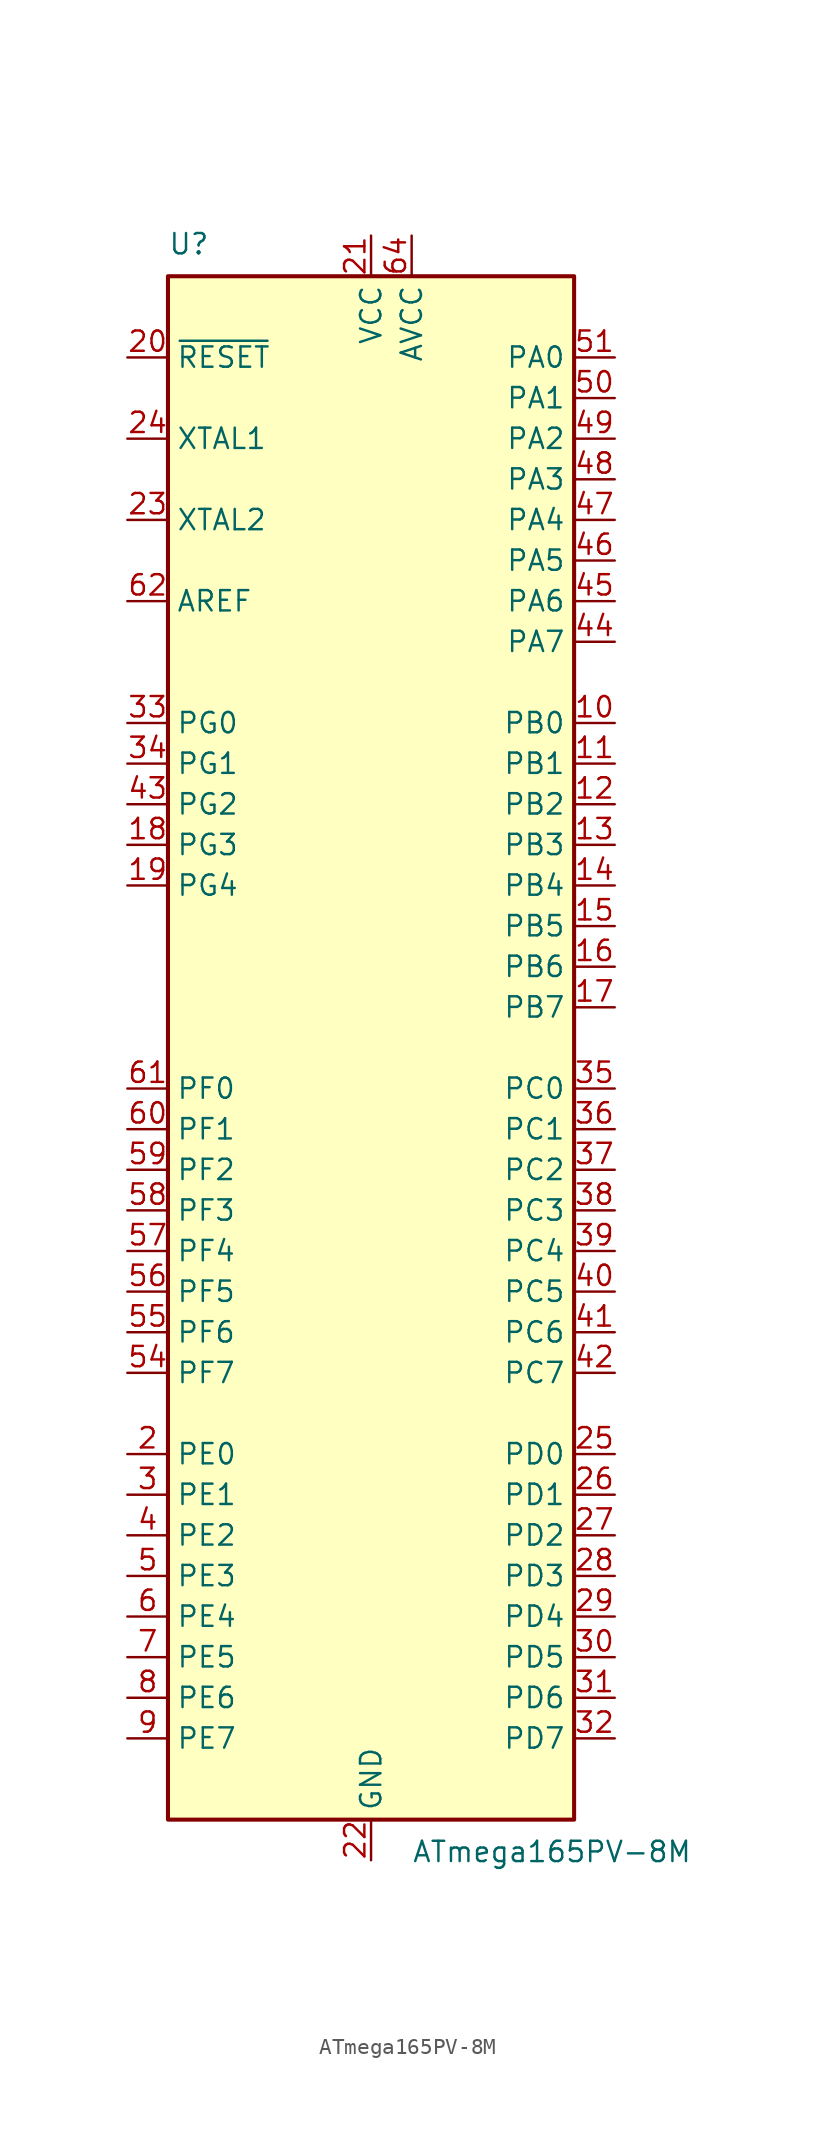
<source format=kicad_sym>
(kicad_symbol_lib
  (version 20241209)
  (generator "kicad_symbol_editor")
  (generator_version "9.0")
  (symbol "ATmega165PV-8M"
    (property "Reference" "U"
      (at -12.7 49.53 0)
      (effects (font (size 1.27 1.27)) (justify left bottom)))
    (property "Value" "ATmega165PV-8M"
      (at 2.54 -49.53 0)
      (effects (font (size 1.27 1.27)) (justify left top)))
    (symbol "ATmega165PV-8M_0_1"
      (rectangle (start -12.7 -48.26) (end 12.7 48.26) (stroke (width 0.254) (type default)) (fill (type background))))
    (symbol "ATmega165PV-8M_1_1"
      (pin input line (at -15.24 43.18 0) (length 2.54) (name "~{RESET}" (effects (font (size 1.27 1.27)))) (number "20" (effects (font (size 1.27 1.27)))))
      (pin input line (at -15.24 38.1 0) (length 2.54) (name "XTAL1" (effects (font (size 1.27 1.27)))) (number "24" (effects (font (size 1.27 1.27)))))
      (pin output line (at -15.24 33.02 0) (length 2.54) (name "XTAL2" (effects (font (size 1.27 1.27)))) (number "23" (effects (font (size 1.27 1.27)))))
      (pin passive line (at -15.24 27.94 0) (length 2.54) (name "AREF" (effects (font (size 1.27 1.27)))) (number "62" (effects (font (size 1.27 1.27)))))
      (pin bidirectional line (at -15.24 20.32 0) (length 2.54) (name "PG0" (effects (font (size 1.27 1.27)))) (number "33" (effects (font (size 1.27 1.27)))))
      (pin bidirectional line (at -15.24 17.78 0) (length 2.54) (name "PG1" (effects (font (size 1.27 1.27)))) (number "34" (effects (font (size 1.27 1.27)))))
      (pin bidirectional line (at -15.24 15.24 0) (length 2.54) (name "PG2" (effects (font (size 1.27 1.27)))) (number "43" (effects (font (size 1.27 1.27)))))
      (pin bidirectional line (at -15.24 12.7 0) (length 2.54) (name "PG3" (effects (font (size 1.27 1.27)))) (number "18" (effects (font (size 1.27 1.27)))))
      (pin bidirectional line (at -15.24 10.16 0) (length 2.54) (name "PG4" (effects (font (size 1.27 1.27)))) (number "19" (effects (font (size 1.27 1.27)))))
      (pin bidirectional line (at -15.24 -2.54 0) (length 2.54) (name "PF0" (effects (font (size 1.27 1.27)))) (number "61" (effects (font (size 1.27 1.27)))))
      (pin bidirectional line (at -15.24 -5.08 0) (length 2.54) (name "PF1" (effects (font (size 1.27 1.27)))) (number "60" (effects (font (size 1.27 1.27)))))
      (pin bidirectional line (at -15.24 -7.62 0) (length 2.54) (name "PF2" (effects (font (size 1.27 1.27)))) (number "59" (effects (font (size 1.27 1.27)))))
      (pin bidirectional line (at -15.24 -10.16 0) (length 2.54) (name "PF3" (effects (font (size 1.27 1.27)))) (number "58" (effects (font (size 1.27 1.27)))))
      (pin bidirectional line (at -15.24 -12.7 0) (length 2.54) (name "PF4" (effects (font (size 1.27 1.27)))) (number "57" (effects (font (size 1.27 1.27)))))
      (pin bidirectional line (at -15.24 -15.24 0) (length 2.54) (name "PF5" (effects (font (size 1.27 1.27)))) (number "56" (effects (font (size 1.27 1.27)))))
      (pin bidirectional line (at -15.24 -17.78 0) (length 2.54) (name "PF6" (effects (font (size 1.27 1.27)))) (number "55" (effects (font (size 1.27 1.27)))))
      (pin bidirectional line (at -15.24 -20.32 0) (length 2.54) (name "PF7" (effects (font (size 1.27 1.27)))) (number "54" (effects (font (size 1.27 1.27)))))
      (pin bidirectional line (at -15.24 -25.4 0) (length 2.54) (name "PE0" (effects (font (size 1.27 1.27)))) (number "2" (effects (font (size 1.27 1.27)))))
      (pin bidirectional line (at -15.24 -27.94 0) (length 2.54) (name "PE1" (effects (font (size 1.27 1.27)))) (number "3" (effects (font (size 1.27 1.27)))))
      (pin bidirectional line (at -15.24 -30.48 0) (length 2.54) (name "PE2" (effects (font (size 1.27 1.27)))) (number "4" (effects (font (size 1.27 1.27)))))
      (pin bidirectional line (at -15.24 -33.02 0) (length 2.54) (name "PE3" (effects (font (size 1.27 1.27)))) (number "5" (effects (font (size 1.27 1.27)))))
      (pin bidirectional line (at -15.24 -35.56 0) (length 2.54) (name "PE4" (effects (font (size 1.27 1.27)))) (number "6" (effects (font (size 1.27 1.27)))))
      (pin bidirectional line (at -15.24 -38.1 0) (length 2.54) (name "PE5" (effects (font (size 1.27 1.27)))) (number "7" (effects (font (size 1.27 1.27)))))
      (pin bidirectional line (at -15.24 -40.64 0) (length 2.54) (name "PE6" (effects (font (size 1.27 1.27)))) (number "8" (effects (font (size 1.27 1.27)))))
      (pin bidirectional line (at -15.24 -43.18 0) (length 2.54) (name "PE7" (effects (font (size 1.27 1.27)))) (number "9" (effects (font (size 1.27 1.27)))))
      (pin no_connect line (at -12.7 -45.72 0) (length 2.54) (hide yes) (name "NC" (effects (font (size 1.27 1.27)))) (number "1" (effects (font (size 1.27 1.27)))))
      (pin power_in line (at 0 50.8 270) (length 2.54) (name "VCC" (effects (font (size 1.27 1.27)))) (number "21" (effects (font (size 1.27 1.27)))))
      (pin passive line (at 0 50.8 270) (length 2.54) (hide yes) (name "VCC" (effects (font (size 1.27 1.27)))) (number "52" (effects (font (size 1.27 1.27)))))
      (pin power_in line (at 0 -50.8 90) (length 2.54) (name "GND" (effects (font (size 1.27 1.27)))) (number "22" (effects (font (size 1.27 1.27)))))
      (pin passive line (at 0 -50.8 90) (length 2.54) (hide yes) (name "GND" (effects (font (size 1.27 1.27)))) (number "53" (effects (font (size 1.27 1.27)))))
      (pin passive line (at 0 -50.8 90) (length 2.54) (hide yes) (name "GND" (effects (font (size 1.27 1.27)))) (number "63" (effects (font (size 1.27 1.27)))))
      (pin passive line (at 0 -50.8 90) (length 2.54) (hide yes) (name "GND" (effects (font (size 1.27 1.27)))) (number "65" (effects (font (size 1.27 1.27)))))
      (pin power_in line (at 2.54 50.8 270) (length 2.54) (name "AVCC" (effects (font (size 1.27 1.27)))) (number "64" (effects (font (size 1.27 1.27)))))
      (pin bidirectional line (at 15.24 43.18 180) (length 2.54) (name "PA0" (effects (font (size 1.27 1.27)))) (number "51" (effects (font (size 1.27 1.27)))))
      (pin bidirectional line (at 15.24 40.64 180) (length 2.54) (name "PA1" (effects (font (size 1.27 1.27)))) (number "50" (effects (font (size 1.27 1.27)))))
      (pin bidirectional line (at 15.24 38.1 180) (length 2.54) (name "PA2" (effects (font (size 1.27 1.27)))) (number "49" (effects (font (size 1.27 1.27)))))
      (pin bidirectional line (at 15.24 35.56 180) (length 2.54) (name "PA3" (effects (font (size 1.27 1.27)))) (number "48" (effects (font (size 1.27 1.27)))))
      (pin bidirectional line (at 15.24 33.02 180) (length 2.54) (name "PA4" (effects (font (size 1.27 1.27)))) (number "47" (effects (font (size 1.27 1.27)))))
      (pin bidirectional line (at 15.24 30.48 180) (length 2.54) (name "PA5" (effects (font (size 1.27 1.27)))) (number "46" (effects (font (size 1.27 1.27)))))
      (pin bidirectional line (at 15.24 27.94 180) (length 2.54) (name "PA6" (effects (font (size 1.27 1.27)))) (number "45" (effects (font (size 1.27 1.27)))))
      (pin bidirectional line (at 15.24 25.4 180) (length 2.54) (name "PA7" (effects (font (size 1.27 1.27)))) (number "44" (effects (font (size 1.27 1.27)))))
      (pin bidirectional line (at 15.24 20.32 180) (length 2.54) (name "PB0" (effects (font (size 1.27 1.27)))) (number "10" (effects (font (size 1.27 1.27)))))
      (pin bidirectional line (at 15.24 17.78 180) (length 2.54) (name "PB1" (effects (font (size 1.27 1.27)))) (number "11" (effects (font (size 1.27 1.27)))))
      (pin bidirectional line (at 15.24 15.24 180) (length 2.54) (name "PB2" (effects (font (size 1.27 1.27)))) (number "12" (effects (font (size 1.27 1.27)))))
      (pin bidirectional line (at 15.24 12.7 180) (length 2.54) (name "PB3" (effects (font (size 1.27 1.27)))) (number "13" (effects (font (size 1.27 1.27)))))
      (pin bidirectional line (at 15.24 10.16 180) (length 2.54) (name "PB4" (effects (font (size 1.27 1.27)))) (number "14" (effects (font (size 1.27 1.27)))))
      (pin bidirectional line (at 15.24 7.62 180) (length 2.54) (name "PB5" (effects (font (size 1.27 1.27)))) (number "15" (effects (font (size 1.27 1.27)))))
      (pin bidirectional line (at 15.24 5.08 180) (length 2.54) (name "PB6" (effects (font (size 1.27 1.27)))) (number "16" (effects (font (size 1.27 1.27)))))
      (pin bidirectional line (at 15.24 2.54 180) (length 2.54) (name "PB7" (effects (font (size 1.27 1.27)))) (number "17" (effects (font (size 1.27 1.27)))))
      (pin bidirectional line (at 15.24 -2.54 180) (length 2.54) (name "PC0" (effects (font (size 1.27 1.27)))) (number "35" (effects (font (size 1.27 1.27)))))
      (pin bidirectional line (at 15.24 -5.08 180) (length 2.54) (name "PC1" (effects (font (size 1.27 1.27)))) (number "36" (effects (font (size 1.27 1.27)))))
      (pin bidirectional line (at 15.24 -7.62 180) (length 2.54) (name "PC2" (effects (font (size 1.27 1.27)))) (number "37" (effects (font (size 1.27 1.27)))))
      (pin bidirectional line (at 15.24 -10.16 180) (length 2.54) (name "PC3" (effects (font (size 1.27 1.27)))) (number "38" (effects (font (size 1.27 1.27)))))
      (pin bidirectional line (at 15.24 -12.7 180) (length 2.54) (name "PC4" (effects (font (size 1.27 1.27)))) (number "39" (effects (font (size 1.27 1.27)))))
      (pin bidirectional line (at 15.24 -15.24 180) (length 2.54) (name "PC5" (effects (font (size 1.27 1.27)))) (number "40" (effects (font (size 1.27 1.27)))))
      (pin bidirectional line (at 15.24 -17.78 180) (length 2.54) (name "PC6" (effects (font (size 1.27 1.27)))) (number "41" (effects (font (size 1.27 1.27)))))
      (pin bidirectional line (at 15.24 -20.32 180) (length 2.54) (name "PC7" (effects (font (size 1.27 1.27)))) (number "42" (effects (font (size 1.27 1.27)))))
      (pin bidirectional line (at 15.24 -25.4 180) (length 2.54) (name "PD0" (effects (font (size 1.27 1.27)))) (number "25" (effects (font (size 1.27 1.27)))))
      (pin bidirectional line (at 15.24 -27.94 180) (length 2.54) (name "PD1" (effects (font (size 1.27 1.27)))) (number "26" (effects (font (size 1.27 1.27)))))
      (pin bidirectional line (at 15.24 -30.48 180) (length 2.54) (name "PD2" (effects (font (size 1.27 1.27)))) (number "27" (effects (font (size 1.27 1.27)))))
      (pin bidirectional line (at 15.24 -33.02 180) (length 2.54) (name "PD3" (effects (font (size 1.27 1.27)))) (number "28" (effects (font (size 1.27 1.27)))))
      (pin bidirectional line (at 15.24 -35.56 180) (length 2.54) (name "PD4" (effects (font (size 1.27 1.27)))) (number "29" (effects (font (size 1.27 1.27)))))
      (pin bidirectional line (at 15.24 -38.1 180) (length 2.54) (name "PD5" (effects (font (size 1.27 1.27)))) (number "30" (effects (font (size 1.27 1.27)))))
      (pin bidirectional line (at 15.24 -40.64 180) (length 2.54) (name "PD6" (effects (font (size 1.27 1.27)))) (number "31" (effects (font (size 1.27 1.27)))))
      (pin bidirectional line (at 15.24 -43.18 180) (length 2.54) (name "PD7" (effects (font (size 1.27 1.27)))) (number "32" (effects (font (size 1.27 1.27))))))))
</source>
